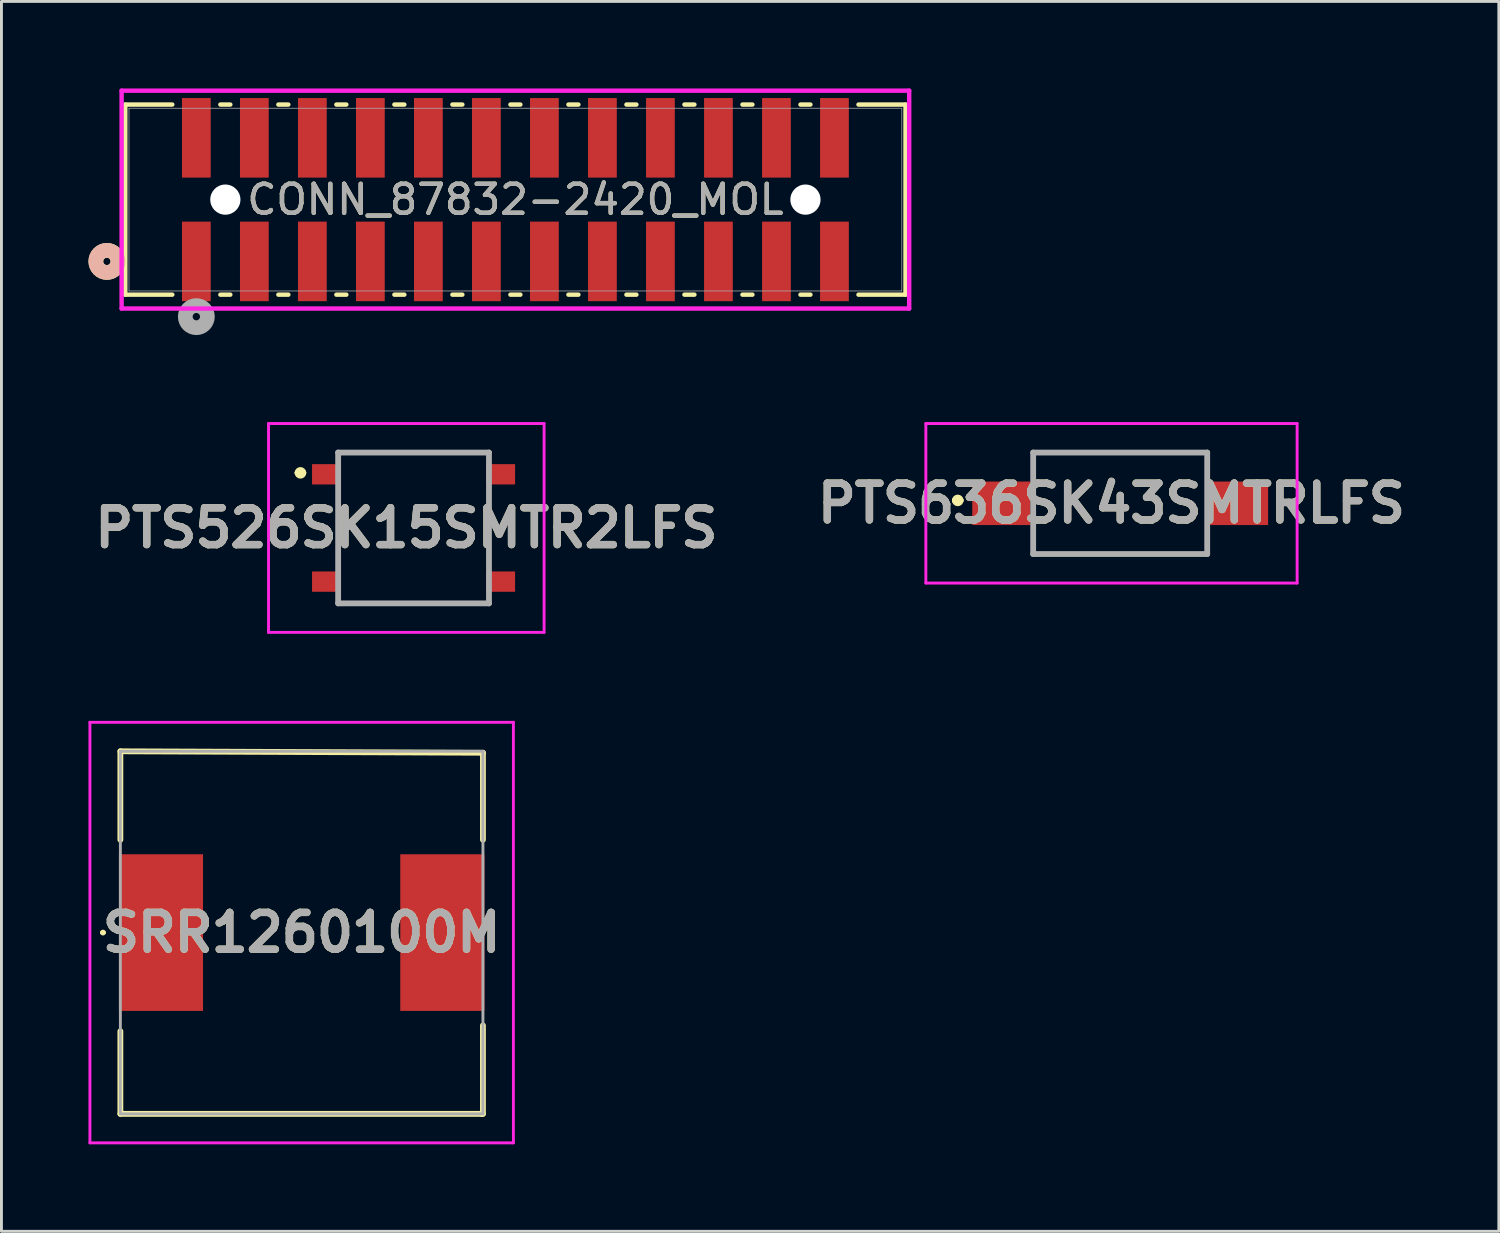
<source format=kicad_pcb>
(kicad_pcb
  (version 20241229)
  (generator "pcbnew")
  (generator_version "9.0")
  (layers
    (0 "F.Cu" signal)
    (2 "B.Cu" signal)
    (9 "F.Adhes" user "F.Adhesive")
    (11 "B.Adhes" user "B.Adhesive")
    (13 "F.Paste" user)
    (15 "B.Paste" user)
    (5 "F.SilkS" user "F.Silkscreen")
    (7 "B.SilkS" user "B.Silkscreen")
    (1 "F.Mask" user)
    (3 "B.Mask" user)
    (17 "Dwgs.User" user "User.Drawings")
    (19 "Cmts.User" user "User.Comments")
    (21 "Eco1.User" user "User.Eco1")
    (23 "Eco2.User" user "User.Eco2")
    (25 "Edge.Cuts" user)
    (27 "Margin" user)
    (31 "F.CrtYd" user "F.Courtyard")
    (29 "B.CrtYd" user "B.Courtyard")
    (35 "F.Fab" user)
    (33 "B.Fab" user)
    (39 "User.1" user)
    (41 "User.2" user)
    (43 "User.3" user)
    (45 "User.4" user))
  (footprint "PTS526SK15SMTR2LFS"
    (layer "F.Cu")
    (at 11.208 15.152)
    (property "Reference" "PTS526SK15SMTR2LFS" (at -0.25 0 0) (layer "F.SilkS") (effects (font (size 1.27 1.27) (thickness 0.254))))
    (attr smd)
    (fp_line (start -4 -1.9) (end -4 -1.9) (stroke (width 0.2) (type solid)) (layer "F.SilkS"))
    (fp_line (start -3.8 -1.9) (end -3.8 -1.9) (stroke (width 0.2) (type solid)) (layer "F.SilkS"))
    (fp_line (start -2.6 -2.6) (end 2.6 -2.6) (stroke (width 0.1) (type solid)) (layer "F.SilkS"))
    (fp_line (start -2.6 -2.4) (end -2.6 -2.6) (stroke (width 0.1) (type solid)) (layer "F.SilkS"))
    (fp_line (start -2.6 1.3) (end -2.6 -1.3) (stroke (width 0.1) (type solid)) (layer "F.SilkS"))
    (fp_line (start -2.6 2.4) (end -2.6 2.6) (stroke (width 0.1) (type solid)) (layer "F.SilkS"))
    (fp_line (start -2.6 2.6) (end 2.6 2.6) (stroke (width 0.1) (type solid)) (layer "F.SilkS"))
    (fp_line (start 2.6 -2.6) (end 2.6 -2.4) (stroke (width 0.1) (type solid)) (layer "F.SilkS"))
    (fp_line (start 2.6 1.3) (end 2.6 -1.3) (stroke (width 0.1) (type solid)) (layer "F.SilkS"))
    (fp_line (start 2.6 2.6) (end 2.6 2.4) (stroke (width 0.1) (type solid)) (layer "F.SilkS"))
    (fp_arc (start -4 -1.9) (mid -3.9 -2) (end -3.8 -1.9) (stroke (width 0.2) (type solid)) (layer "F.SilkS"))
    (fp_arc (start -3.8 -1.9) (mid -3.9 -1.8) (end -4 -1.9) (stroke (width 0.2) (type solid)) (layer "F.SilkS"))
    (fp_line (start -5 -3.6) (end 4.5 -3.6) (stroke (width 0.1) (type solid)) (layer "F.CrtYd"))
    (fp_line (start -5 3.6) (end -5 -3.6) (stroke (width 0.1) (type solid)) (layer "F.CrtYd"))
    (fp_line (start 4.5 -3.6) (end 4.5 3.6) (stroke (width 0.1) (type solid)) (layer "F.CrtYd"))
    (fp_line (start 4.5 3.6) (end -5 3.6) (stroke (width 0.1) (type solid)) (layer "F.CrtYd"))
    (fp_line (start -2.6 -2.6) (end 2.6 -2.6) (stroke (width 0.2) (type solid)) (layer "F.Fab"))
    (fp_line (start -2.6 2.6) (end -2.6 -2.6) (stroke (width 0.2) (type solid)) (layer "F.Fab"))
    (fp_line (start 2.6 -2.6) (end 2.6 2.6) (stroke (width 0.2) (type solid)) (layer "F.Fab"))
    (fp_line (start 2.6 2.6) (end -2.6 2.6) (stroke (width 0.2) (type solid)) (layer "F.Fab"))
    (fp_text user "${REFERENCE}" (at -0.25 0 0) (layer "F.Fab") (effects (font (size 1.27 1.27) (thickness 0.254))))
    (pad "1" smd rect (at -3 -1.85 90) (size 0.7 1) (layers "F.Cu" "F.Mask" "F.Paste"))
    (pad "2" smd rect (at 3 -1.85 90) (size 0.7 1) (layers "F.Cu" "F.Mask" "F.Paste"))
    (pad "3" smd rect (at -3 1.85 90) (size 0.7 1) (layers "F.Cu" "F.Mask" "F.Paste"))
    (pad "4" smd rect (at 3 1.85 90) (size 0.7 1) (layers "F.Cu" "F.Mask" "F.Paste")))
  (footprint "CONN_87832-2420_MOL"
    (layer "F.Cu")
    (at 14.719 3.832)
    (property "Reference" "CONN_87832-2420_MOL" (at 0 0 0) (unlocked yes) (layer "F.SilkS") (effects (font (size 1 1) (thickness 0.15))))
    (attr smd)
    (fp_line (start -13.449 -3.277) (end -13.449 3.277) (stroke (width 0.152) (type solid)) (layer "F.SilkS"))
    (fp_line (start -13.449 3.277) (end -11.828 3.277) (stroke (width 0.152) (type solid)) (layer "F.SilkS"))
    (fp_line (start -11.828 -3.277) (end -13.449 -3.277) (stroke (width 0.152) (type solid)) (layer "F.SilkS"))
    (fp_line (start -10.172 3.277) (end -9.828 3.277) (stroke (width 0.152) (type solid)) (layer "F.SilkS"))
    (fp_line (start -9.828 -3.277) (end -10.172 -3.277) (stroke (width 0.152) (type solid)) (layer "F.SilkS"))
    (fp_line (start -8.172 3.277) (end -7.828 3.277) (stroke (width 0.152) (type solid)) (layer "F.SilkS"))
    (fp_line (start -7.828 -3.277) (end -8.172 -3.277) (stroke (width 0.152) (type solid)) (layer "F.SilkS"))
    (fp_line (start -6.172 3.277) (end -5.828 3.277) (stroke (width 0.152) (type solid)) (layer "F.SilkS"))
    (fp_line (start -5.828 -3.277) (end -6.172 -3.277) (stroke (width 0.152) (type solid)) (layer "F.SilkS"))
    (fp_line (start -4.172 3.277) (end -3.828 3.277) (stroke (width 0.152) (type solid)) (layer "F.SilkS"))
    (fp_line (start -3.828 -3.277) (end -4.172 -3.277) (stroke (width 0.152) (type solid)) (layer "F.SilkS"))
    (fp_line (start -2.172 3.277) (end -1.828 3.277) (stroke (width 0.152) (type solid)) (layer "F.SilkS"))
    (fp_line (start -1.828 -3.277) (end -2.172 -3.277) (stroke (width 0.152) (type solid)) (layer "F.SilkS"))
    (fp_line (start -0.172 3.277) (end 0.172 3.277) (stroke (width 0.152) (type solid)) (layer "F.SilkS"))
    (fp_line (start 0.172 -3.277) (end -0.172 -3.277) (stroke (width 0.152) (type solid)) (layer "F.SilkS"))
    (fp_line (start 1.828 3.277) (end 2.172 3.277) (stroke (width 0.152) (type solid)) (layer "F.SilkS"))
    (fp_line (start 2.172 -3.277) (end 1.828 -3.277) (stroke (width 0.152) (type solid)) (layer "F.SilkS"))
    (fp_line (start 3.828 3.277) (end 4.172 3.277) (stroke (width 0.152) (type solid)) (layer "F.SilkS"))
    (fp_line (start 4.172 -3.277) (end 3.828 -3.277) (stroke (width 0.152) (type solid)) (layer "F.SilkS"))
    (fp_line (start 5.828 3.277) (end 6.172 3.277) (stroke (width 0.152) (type solid)) (layer "F.SilkS"))
    (fp_line (start 6.172 -3.277) (end 5.828 -3.277) (stroke (width 0.152) (type solid)) (layer "F.SilkS"))
    (fp_line (start 7.828 3.277) (end 8.172 3.277) (stroke (width 0.152) (type solid)) (layer "F.SilkS"))
    (fp_line (start 8.172 -3.277) (end 7.828 -3.277) (stroke (width 0.152) (type solid)) (layer "F.SilkS"))
    (fp_line (start 9.828 3.277) (end 10.172 3.277) (stroke (width 0.152) (type solid)) (layer "F.SilkS"))
    (fp_line (start 10.172 -3.277) (end 9.828 -3.277) (stroke (width 0.152) (type solid)) (layer "F.SilkS"))
    (fp_line (start 11.828 3.277) (end 13.449 3.277) (stroke (width 0.152) (type solid)) (layer "F.SilkS"))
    (fp_line (start 13.449 -3.277) (end 11.828 -3.277) (stroke (width 0.152) (type solid)) (layer "F.SilkS"))
    (fp_line (start 13.449 3.277) (end 13.449 -3.277) (stroke (width 0.152) (type solid)) (layer "F.SilkS"))
    (fp_circle (center -14.084 2.13) (end -13.703 2.13) (stroke (width 0.508) (type solid)) (fill no) (layer "F.SilkS"))
    (fp_circle (center -14.084 2.13) (end -13.703 2.13) (stroke (width 0.508) (type solid)) (fill no) (layer "B.SilkS"))
    (fp_line (start -13.576 -3.756) (end -13.576 3.756) (stroke (width 0.152) (type solid)) (layer "F.CrtYd"))
    (fp_line (start -13.576 3.756) (end 13.576 3.756) (stroke (width 0.152) (type solid)) (layer "F.CrtYd"))
    (fp_line (start 13.576 -3.756) (end -13.576 -3.756) (stroke (width 0.152) (type solid)) (layer "F.CrtYd"))
    (fp_line (start 13.576 3.756) (end 13.576 -3.756) (stroke (width 0.152) (type solid)) (layer "F.CrtYd"))
    (fp_line (start -13.322 -3.15) (end -13.322 3.15) (stroke (width 0.025) (type solid)) (layer "F.Fab"))
    (fp_line (start -13.322 3.15) (end 13.322 3.15) (stroke (width 0.025) (type solid)) (layer "F.Fab"))
    (fp_line (start 13.322 -3.15) (end -13.322 -3.15) (stroke (width 0.025) (type solid)) (layer "F.Fab"))
    (fp_line (start 13.322 3.15) (end 13.322 -3.15) (stroke (width 0.025) (type solid)) (layer "F.Fab"))
    (fp_circle (center -11 4.035) (end -10.619 4.035) (stroke (width 0.508) (type solid)) (fill no) (layer "F.Fab"))
    (fp_text user "${REFERENCE}" (at 0 0 0) (unlocked yes) (layer "F.Fab") (effects (font (size 1 1) (thickness 0.15))))
    (pad "" np_thru_hole circle (at -10 0) (size 1.041 1.041) (drill 1.041) (layers "*.Cu" "*.Mask"))
    (pad "" np_thru_hole circle (at 10 0) (size 1.041 1.041) (drill 1.041) (layers "*.Cu" "*.Mask"))
    (pad "1" smd rect (at -11 2.13) (size 0.991 2.743) (layers "F.Cu" "F.Mask" "F.Paste"))
    (pad "2" smd rect (at -11 -2.13) (size 0.991 2.743) (layers "F.Cu" "F.Mask" "F.Paste"))
    (pad "3" smd rect (at -9 2.13) (size 0.991 2.743) (layers "F.Cu" "F.Mask" "F.Paste"))
    (pad "4" smd rect (at -9 -2.13) (size 0.991 2.743) (layers "F.Cu" "F.Mask" "F.Paste"))
    (pad "5" smd rect (at -7 2.13) (size 0.991 2.743) (layers "F.Cu" "F.Mask" "F.Paste"))
    (pad "6" smd rect (at -7 -2.13) (size 0.991 2.743) (layers "F.Cu" "F.Mask" "F.Paste"))
    (pad "7" smd rect (at -5 2.13) (size 0.991 2.743) (layers "F.Cu" "F.Mask" "F.Paste"))
    (pad "8" smd rect (at -5 -2.13) (size 0.991 2.743) (layers "F.Cu" "F.Mask" "F.Paste"))
    (pad "9" smd rect (at -3 2.13) (size 0.991 2.743) (layers "F.Cu" "F.Mask" "F.Paste"))
    (pad "10" smd rect (at -3 -2.13) (size 0.991 2.743) (layers "F.Cu" "F.Mask" "F.Paste"))
    (pad "11" smd rect (at -1 2.13) (size 0.991 2.743) (layers "F.Cu" "F.Mask" "F.Paste"))
    (pad "12" smd rect (at -1 -2.13) (size 0.991 2.743) (layers "F.Cu" "F.Mask" "F.Paste"))
    (pad "13" smd rect (at 1 2.13) (size 0.991 2.743) (layers "F.Cu" "F.Mask" "F.Paste"))
    (pad "14" smd rect (at 1 -2.13) (size 0.991 2.743) (layers "F.Cu" "F.Mask" "F.Paste"))
    (pad "15" smd rect (at 3 2.13) (size 0.991 2.743) (layers "F.Cu" "F.Mask" "F.Paste"))
    (pad "16" smd rect (at 3 -2.13) (size 0.991 2.743) (layers "F.Cu" "F.Mask" "F.Paste"))
    (pad "17" smd rect (at 5 2.13) (size 0.991 2.743) (layers "F.Cu" "F.Mask" "F.Paste"))
    (pad "18" smd rect (at 5 -2.13) (size 0.991 2.743) (layers "F.Cu" "F.Mask" "F.Paste"))
    (pad "19" smd rect (at 7 2.13) (size 0.991 2.743) (layers "F.Cu" "F.Mask" "F.Paste"))
    (pad "20" smd rect (at 7 -2.13) (size 0.991 2.743) (layers "F.Cu" "F.Mask" "F.Paste"))
    (pad "21" smd rect (at 9 2.13) (size 0.991 2.743) (layers "F.Cu" "F.Mask" "F.Paste"))
    (pad "22" smd rect (at 9 -2.13) (size 0.991 2.743) (layers "F.Cu" "F.Mask" "F.Paste"))
    (pad "23" smd rect (at 11 2.13) (size 0.991 2.743) (layers "F.Cu" "F.Mask" "F.Paste"))
    (pad "24" smd rect (at 11 -2.13) (size 0.991 2.743) (layers "F.Cu" "F.Mask" "F.Paste")))
  (footprint "SRR1260100M"
    (layer "F.Cu")
    (at 7.35 29.102)
    (property "Reference" "SRR1260100M" (at 0 0 0) (layer "F.SilkS") (effects (font (size 1.27 1.27) (thickness 0.254))))
    (attr smd)
    (fp_line (start -6.9 0) (end -6.9 0) (stroke (width 0.1) (type solid)) (layer "F.SilkS"))
    (fp_line (start -6.8 0) (end -6.8 0) (stroke (width 0.1) (type solid)) (layer "F.SilkS"))
    (fp_line (start -6.25 -6.25) (end -6.25 -3.2) (stroke (width 0.2) (type solid)) (layer "F.SilkS"))
    (fp_line (start -6.25 3.4) (end -6.25 6.25) (stroke (width 0.2) (type solid)) (layer "F.SilkS"))
    (fp_line (start -6.25 6.25) (end 6.2 6.25) (stroke (width 0.2) (type solid)) (layer "F.SilkS"))
    (fp_line (start 6.2 6.25) (end 6.25 6.25) (stroke (width 0.2) (type solid)) (layer "F.SilkS"))
    (fp_line (start 6.25 -6.2) (end -6.25 -6.25) (stroke (width 0.2) (type solid)) (layer "F.SilkS"))
    (fp_line (start 6.25 -3.2) (end 6.25 -6.2) (stroke (width 0.2) (type solid)) (layer "F.SilkS"))
    (fp_line (start 6.25 6.25) (end 6.25 3.2) (stroke (width 0.2) (type solid)) (layer "F.SilkS"))
    (fp_arc (start -6.9 0) (mid -6.85 -0.05) (end -6.8 0) (stroke (width 0.1) (type solid)) (layer "F.SilkS"))
    (fp_arc (start -6.8 0) (mid -6.85 0.05) (end -6.9 0) (stroke (width 0.1) (type solid)) (layer "F.SilkS"))
    (fp_line (start -7.3 -7.25) (end 7.3 -7.25) (stroke (width 0.1) (type solid)) (layer "F.CrtYd"))
    (fp_line (start -7.3 7.25) (end -7.3 -7.25) (stroke (width 0.1) (type solid)) (layer "F.CrtYd"))
    (fp_line (start 7.3 -7.25) (end 7.3 7.25) (stroke (width 0.1) (type solid)) (layer "F.CrtYd"))
    (fp_line (start 7.3 7.25) (end -7.3 7.25) (stroke (width 0.1) (type solid)) (layer "F.CrtYd"))
    (fp_line (start -6.25 -6.25) (end -6.25 6.25) (stroke (width 0.1) (type solid)) (layer "F.Fab"))
    (fp_line (start -6.25 6.25) (end 6.25 6.25) (stroke (width 0.1) (type solid)) (layer "F.Fab"))
    (fp_line (start 6.25 -6.25) (end -6.25 -6.25) (stroke (width 0.1) (type solid)) (layer "F.Fab"))
    (fp_line (start 6.25 6.25) (end 6.25 -6.25) (stroke (width 0.1) (type solid)) (layer "F.Fab"))
    (fp_text user "${REFERENCE}" (at 0 0 0) (layer "F.Fab") (effects (font (size 1.27 1.27) (thickness 0.254))))
    (pad "1" smd rect (at -4.85 0) (size 2.9 5.4) (layers "F.Cu" "F.Mask" "F.Paste"))
    (pad "2" smd rect (at 4.85 0) (size 2.9 5.4) (layers "F.Cu" "F.Mask" "F.Paste")))
  (footprint "PTS636SK43SMTRLFS"
    (layer "F.Cu")
    (at 35.57 14.302)
    (property "Reference" "PTS636SK43SMTRLFS" (at -0.3 0 0) (layer "F.SilkS") (effects (font (size 1.27 1.27) (thickness 0.254))))
    (attr smd)
    (fp_line (start -5.7 -0.1) (end -5.7 -0.1) (stroke (width 0.2) (type solid)) (layer "F.SilkS"))
    (fp_line (start -5.5 -0.1) (end -5.5 -0.1) (stroke (width 0.2) (type solid)) (layer "F.SilkS"))
    (fp_line (start -3 -1.75) (end 3 -1.75) (stroke (width 0.1) (type solid)) (layer "F.SilkS"))
    (fp_line (start -3 -1.1) (end -3 -1.75) (stroke (width 0.1) (type solid)) (layer "F.SilkS"))
    (fp_line (start -3 1.1) (end -3 1.75) (stroke (width 0.1) (type solid)) (layer "F.SilkS"))
    (fp_line (start -3 1.75) (end 3 1.75) (stroke (width 0.1) (type solid)) (layer "F.SilkS"))
    (fp_line (start 3 -1.75) (end 3 -1.1) (stroke (width 0.1) (type solid)) (layer "F.SilkS"))
    (fp_line (start 3 1.75) (end 3 1.1) (stroke (width 0.1) (type solid)) (layer "F.SilkS"))
    (fp_arc (start -5.7 -0.1) (mid -5.6 -0.2) (end -5.5 -0.1) (stroke (width 0.2) (type solid)) (layer "F.SilkS"))
    (fp_arc (start -5.5 -0.1) (mid -5.6 0) (end -5.7 -0.1) (stroke (width 0.2) (type solid)) (layer "F.SilkS"))
    (fp_line (start -6.7 -2.75) (end 6.1 -2.75) (stroke (width 0.1) (type solid)) (layer "F.CrtYd"))
    (fp_line (start -6.7 2.75) (end -6.7 -2.75) (stroke (width 0.1) (type solid)) (layer "F.CrtYd"))
    (fp_line (start 6.1 -2.75) (end 6.1 2.75) (stroke (width 0.1) (type solid)) (layer "F.CrtYd"))
    (fp_line (start 6.1 2.75) (end -6.7 2.75) (stroke (width 0.1) (type solid)) (layer "F.CrtYd"))
    (fp_line (start -3 -1.75) (end 3 -1.75) (stroke (width 0.2) (type solid)) (layer "F.Fab"))
    (fp_line (start -3 1.75) (end -3 -1.75) (stroke (width 0.2) (type solid)) (layer "F.Fab"))
    (fp_line (start 3 -1.75) (end 3 1.75) (stroke (width 0.2) (type solid)) (layer "F.Fab"))
    (fp_line (start 3 1.75) (end -3 1.75) (stroke (width 0.2) (type solid)) (layer "F.Fab"))
    (fp_text user "${REFERENCE}" (at -0.3 0 0) (layer "F.Fab") (effects (font (size 1.27 1.27) (thickness 0.254))))
    (pad "1" smd rect (at -4.1 0 90) (size 1.5 2) (layers "F.Cu" "F.Mask" "F.Paste"))
    (pad "2" smd rect (at 4.1 0 90) (size 1.5 2) (layers "F.Cu" "F.Mask" "F.Paste")))
  (gr_rect
    (start -3 -3)
    (end 48.624 39.402)
    (stroke (width 0.1) (type default))
    (fill no)
    (layer "Edge.Cuts")))
</source>
